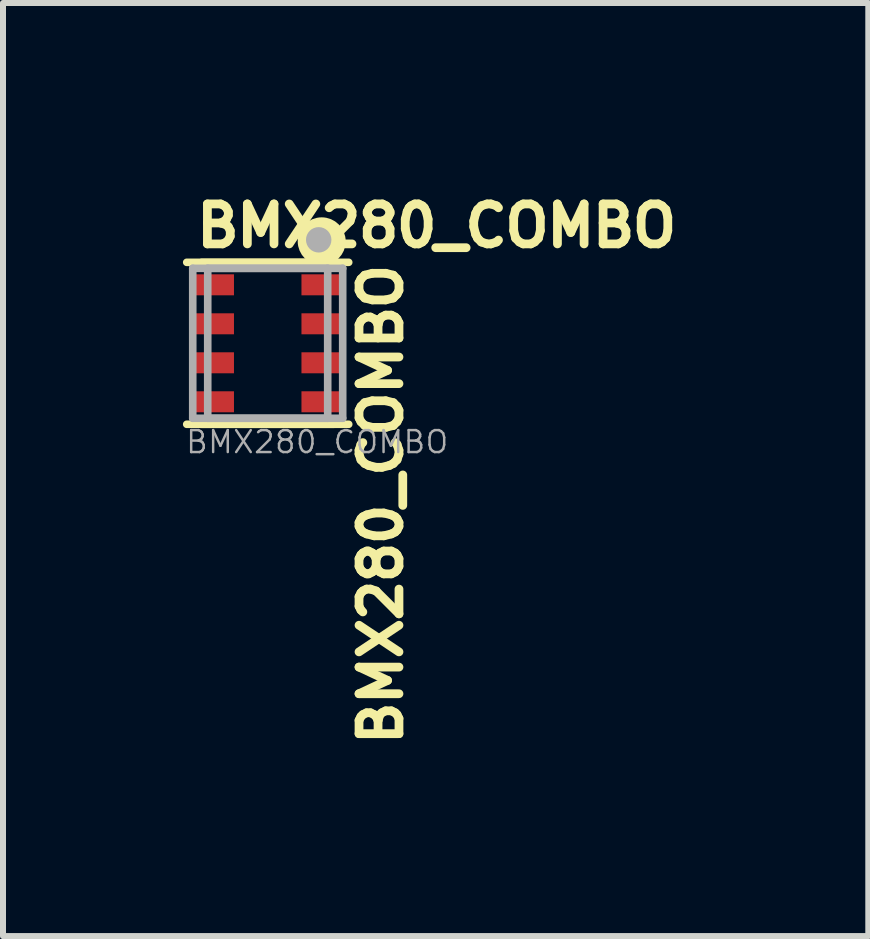
<source format=kicad_pcb>
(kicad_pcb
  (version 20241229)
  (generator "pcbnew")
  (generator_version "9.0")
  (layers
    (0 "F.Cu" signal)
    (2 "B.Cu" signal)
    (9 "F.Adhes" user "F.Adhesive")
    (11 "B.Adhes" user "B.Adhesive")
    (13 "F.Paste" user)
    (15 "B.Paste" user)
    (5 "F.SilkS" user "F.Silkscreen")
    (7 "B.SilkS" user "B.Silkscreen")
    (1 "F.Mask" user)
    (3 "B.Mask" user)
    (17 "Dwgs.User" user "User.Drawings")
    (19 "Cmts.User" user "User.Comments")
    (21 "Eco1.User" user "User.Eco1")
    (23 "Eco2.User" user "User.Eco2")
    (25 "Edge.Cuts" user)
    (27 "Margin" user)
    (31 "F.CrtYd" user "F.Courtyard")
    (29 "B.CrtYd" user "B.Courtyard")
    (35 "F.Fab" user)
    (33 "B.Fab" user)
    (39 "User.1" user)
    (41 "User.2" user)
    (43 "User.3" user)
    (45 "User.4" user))
  (footprint "BMX280_COMBO"
    (layer "F.Cu")
    (at 1.413 2.673)
    (property "Reference" "BMX280_COMBO" (at -1.26 -1.568 0) (layer "F.SilkS") (effects (font (size 0.666 0.666) (thickness 0.146)) (justify left bottom)))
    (property "Value" "BMX280_COMBO" (at -1.24 1.91 0) (layer "F.Fab") (hide yes) (effects (font (size 0.366 0.366) (thickness 0.041)) (justify left bottom)))
    (fp_line (start -1.35 -1.35) (end 1.35 -1.35) (stroke (width 0.127) (type solid)) (layer "F.SilkS"))
    (fp_line (start -1.35 1.35) (end 1.35 1.35) (stroke (width 0.127) (type solid)) (layer "F.SilkS"))
    (fp_line (start -1.1 -1.35) (end 1.1 -1.35) (stroke (width 0.127) (type solid)) (layer "F.SilkS"))
    (fp_line (start 1.1 1.35) (end -1.1 1.35) (stroke (width 0.127) (type solid)) (layer "F.SilkS"))
    (fp_circle (center 0.9 -1.7) (end 1 -1.7) (stroke (width 0.3) (type solid)) (fill no) (layer "F.SilkS"))
    (fp_line (start -1.25 -1.25) (end 1.25 -1.25) (stroke (width 0.127) (type solid)) (layer "F.Fab"))
    (fp_line (start -1.25 1.25) (end -1.25 -1.25) (stroke (width 0.127) (type solid)) (layer "F.Fab"))
    (fp_line (start -1 -1.25) (end 1 -1.25) (stroke (width 0.127) (type solid)) (layer "F.Fab"))
    (fp_line (start -1 1.25) (end -1 -1.25) (stroke (width 0.127) (type solid)) (layer "F.Fab"))
    (fp_line (start 1 -1.25) (end 1 1.25) (stroke (width 0.127) (type solid)) (layer "F.Fab"))
    (fp_line (start 1 1.25) (end -1 1.25) (stroke (width 0.127) (type solid)) (layer "F.Fab"))
    (fp_line (start 1.25 -1.25) (end 1.25 1.25) (stroke (width 0.127) (type solid)) (layer "F.Fab"))
    (fp_line (start 1.25 1.25) (end -1.25 1.25) (stroke (width 0.127) (type solid)) (layer "F.Fab"))
    (fp_circle (center 0.85 -1.725) (end 0.956 -1.725) (stroke (width 0.212) (type solid)) (fill no) (layer "F.Fab"))
    (fp_text user "${REFERENCE}" (at 1.498 -1.39 90) (layer "F.SilkS") (effects (font (size 0.666 0.666) (thickness 0.146)) (justify right top)))
    (fp_text user "${VALUE}" (at -1.39 1.86 0) (layer "F.Fab") (effects (font (size 0.366 0.366) (thickness 0.041)) (justify left bottom)))
    (pad "1" smd rect (at 0.925 -0.975) (size 0.725 0.35) (layers "F.Cu" "F.Mask" "F.Paste"))
    (pad "2" smd rect (at 0.925 -0.325) (size 0.725 0.35) (layers "F.Cu" "F.Mask" "F.Paste"))
    (pad "3" smd rect (at 0.925 0.325) (size 0.725 0.35) (layers "F.Cu" "F.Mask" "F.Paste"))
    (pad "4" smd rect (at 0.925 0.975) (size 0.725 0.35) (layers "F.Cu" "F.Mask" "F.Paste"))
    (pad "5" smd rect (at -0.925 0.975) (size 0.725 0.35) (layers "F.Cu" "F.Mask" "F.Paste"))
    (pad "6" smd rect (at -0.925 0.325) (size 0.725 0.35) (layers "F.Cu" "F.Mask" "F.Paste"))
    (pad "7" smd rect (at -0.925 -0.325) (size 0.725 0.35) (layers "F.Cu" "F.Mask" "F.Paste"))
    (pad "8" smd rect (at -0.925 -0.975) (size 0.725 0.35) (layers "F.Cu" "F.Mask" "F.Paste")))
  (gr_rect
    (start -3 -3)
    (end 11.425 12.555)
    (stroke (width 0.1) (type default))
    (fill no)
    (layer "Edge.Cuts")))
</source>
